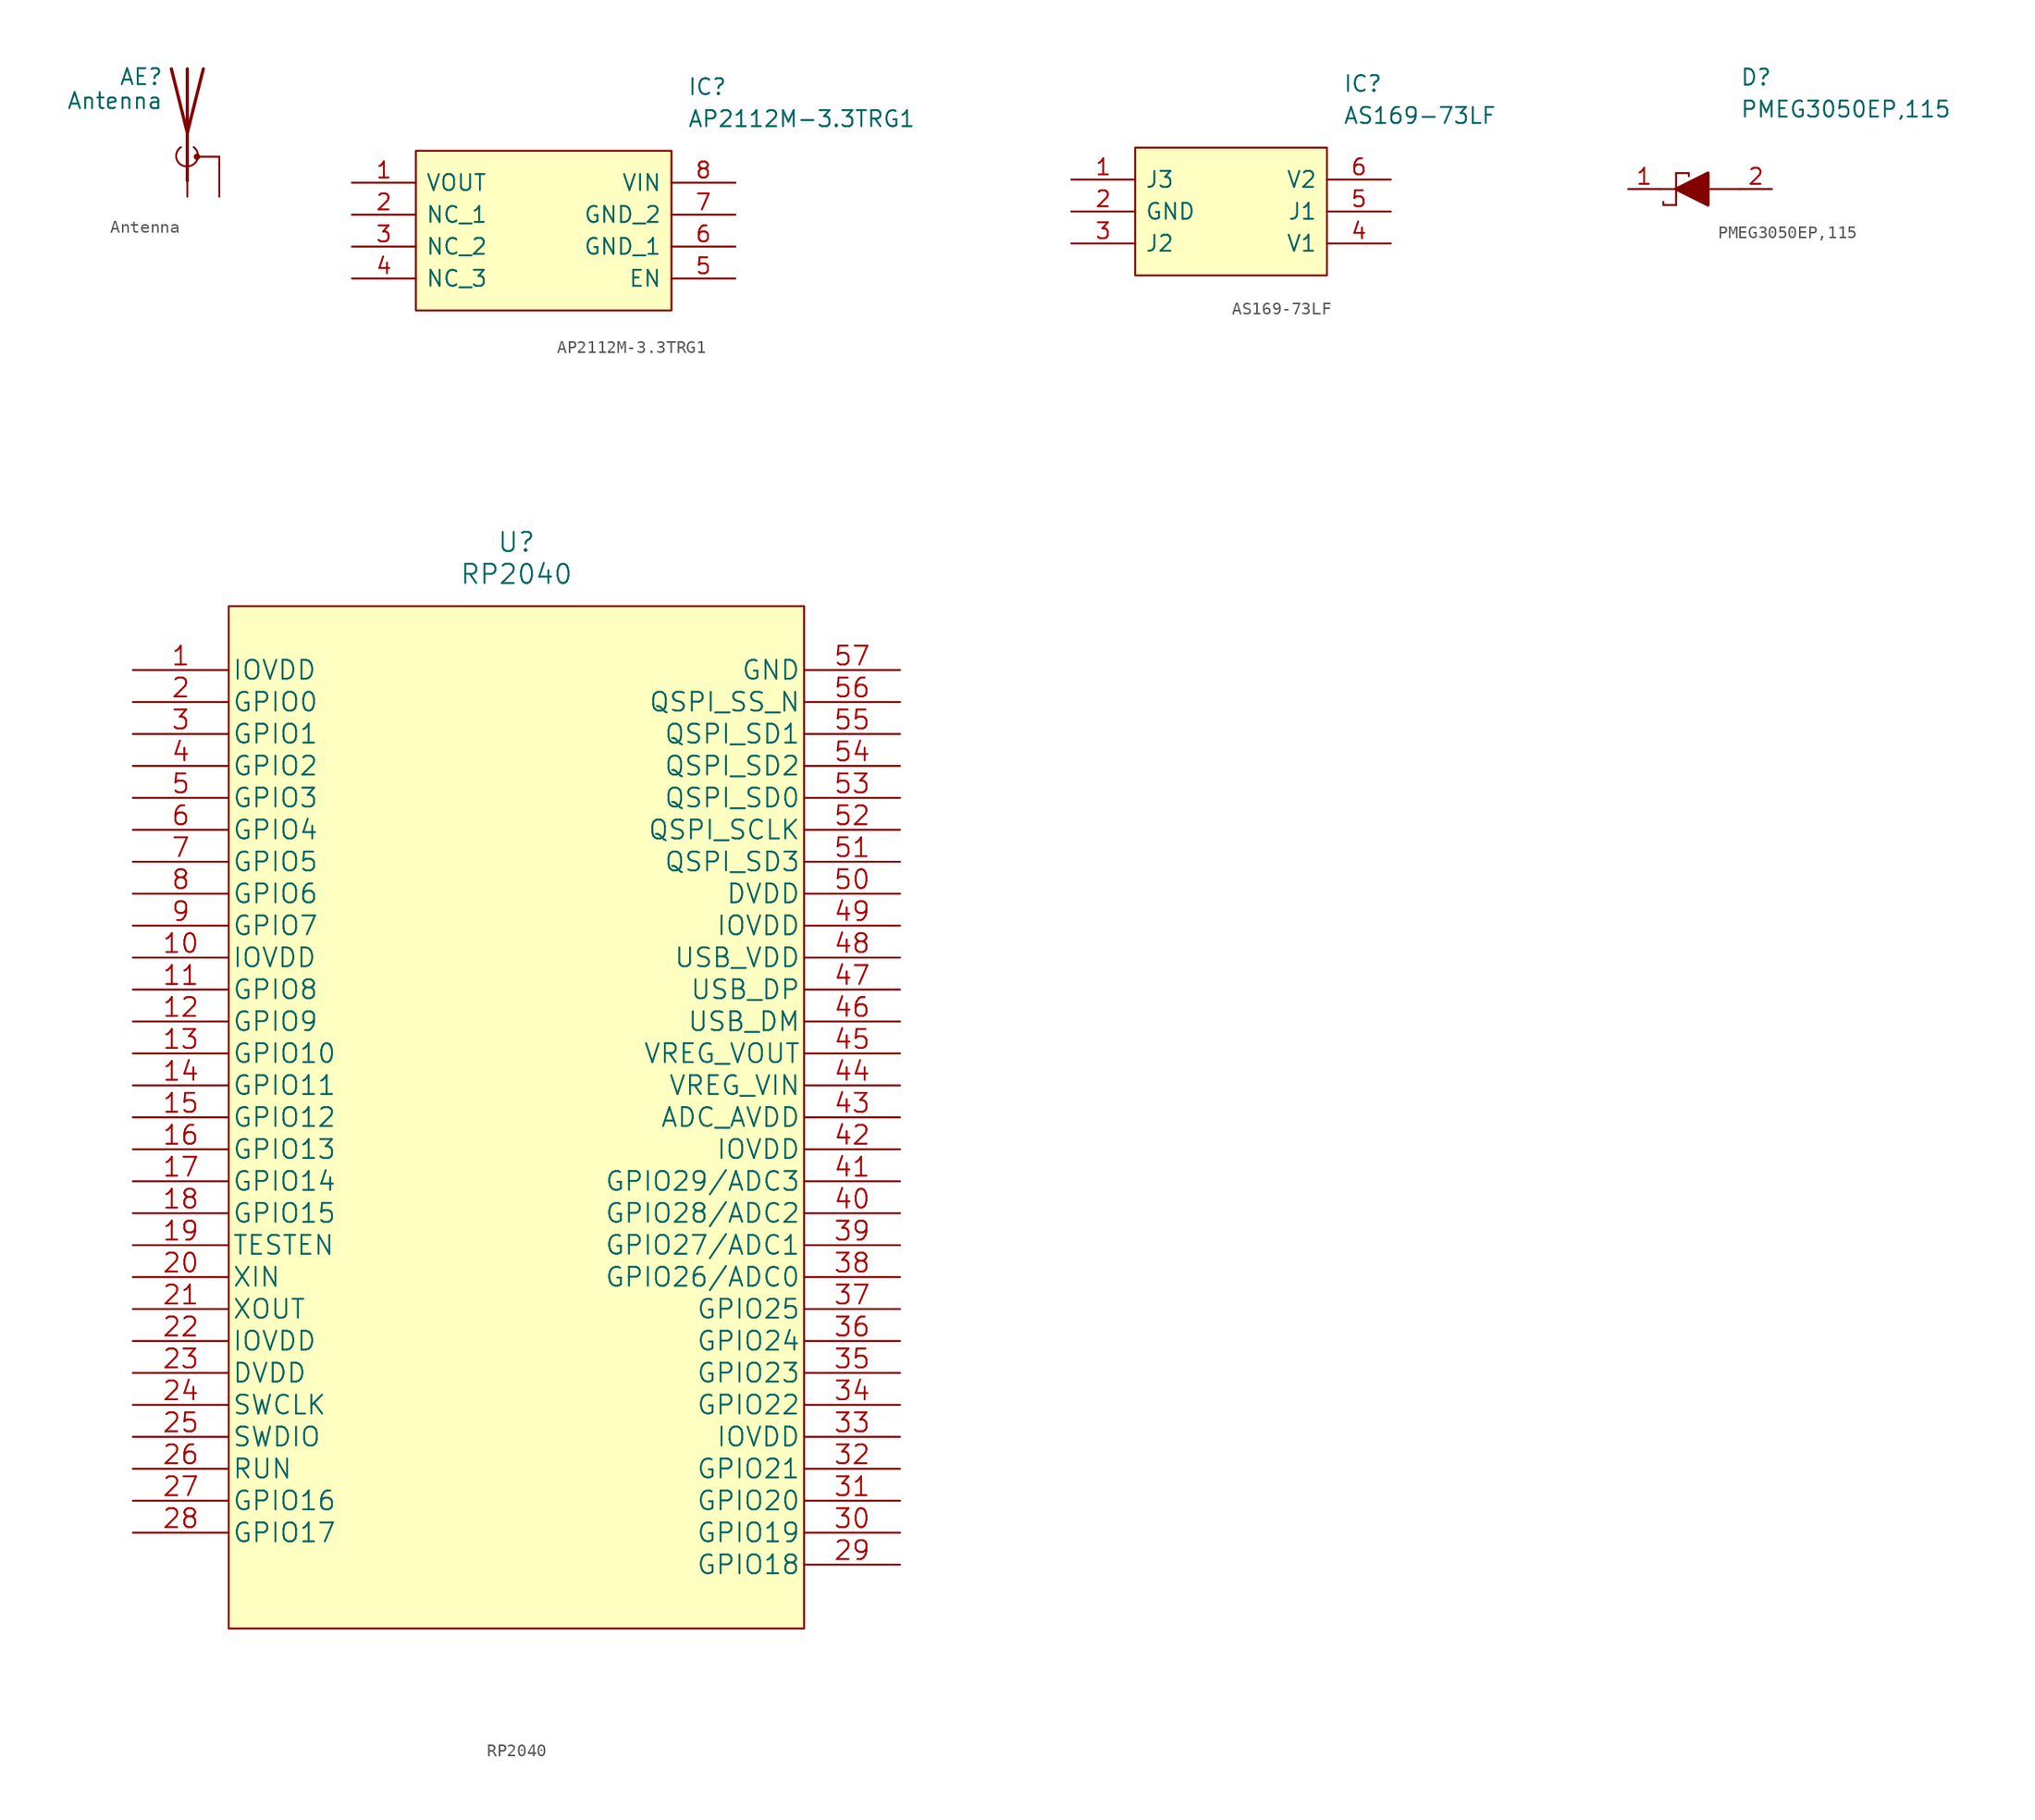
<source format=kicad_sym>
(kicad_symbol_lib
  (version 20211014)
  (generator kicad_symbol_editor)
  (symbol "Antenna"
    (pin_numbers hide)
    (pin_names
      (offset 1.016) hide)
    (property "Reference" "AE"
      (at -1.905 4.445 0)
      (effects (font (size 1.27 1.27)) (justify right)))
    (property "Value" "Antenna"
      (at -1.905 2.54 0)
      (effects (font (size 1.27 1.27)) (justify right)))
    (symbol "Antenna_0_1"
      (arc (start -0.508 -1.143) (mid -0.8485 -2.1032) (end 0 -2.667) (stroke (width 0) (type default) (color 0 0 0 0)) (fill (type none)))
      (arc (start 0 -2.667) (mid 0.8047 -2.0885) (end 0.508 -1.143) (stroke (width 0) (type default) (color 0 0 0 0)) (fill (type none)))
      (polyline (pts (xy 0 -2.54) (xy 0 0)) (stroke (width 0) (type default) (color 0 0 0 0)) (fill (type none)))
      (polyline (pts (xy 0 5.08) (xy 0 -3.81)) (stroke (width 0.254) (type default) (color 0 0 0 0)) (fill (type none)))
      (polyline (pts (xy 0.762 -1.905) (xy 2.54 -1.905)) (stroke (width 0) (type default) (color 0 0 0 0)) (fill (type none)))
      (polyline (pts (xy 2.54 -2.54) (xy 2.54 -1.905)) (stroke (width 0) (type default) (color 0 0 0 0)) (fill (type none)))
      (polyline (pts (xy 1.27 5.08) (xy 0 0) (xy -1.27 5.08)) (stroke (width 0.254) (type default) (color 0 0 0 0)) (fill (type none)))
      (circle (center 0.762 -1.905) (radius 0.178) (stroke (width 0) (type default) (color 0 0 0 0)) (fill (type outline))))
    (symbol "Antenna_1_1"
      (pin input line (at 0 -5.08 90) (length 2.54) (name "A" (effects (font (size 1.27 1.27)))) (number "1" (effects (font (size 1.27 1.27)))))
      (pin input line (at 2.54 -5.08 90) (length 2.54) (name "Shield" (effects (font (size 1.27 1.27)))) (number "2" (effects (font (size 1.27 1.27)))))))
  (symbol "AP2112M-3.3TRG1"
    (pin_names
      (offset 0.762))
    (property "Reference" "IC"
      (at 26.67 7.62 0)
      (effects (font (size 1.27 1.27)) (justify left)))
    (property "Value" "AP2112M-3.3TRG1"
      (at 26.67 5.08 0)
      (effects (font (size 1.27 1.27)) (justify left)))
    (symbol "AP2112M-3.3TRG1_0_0"
      (pin passive line (at 0 0 0) (length 5.08) (name "VOUT" (effects (font (size 1.27 1.27)))) (number "1" (effects (font (size 1.27 1.27)))))
      (pin passive line (at 0 -2.54 0) (length 5.08) (name "NC_1" (effects (font (size 1.27 1.27)))) (number "2" (effects (font (size 1.27 1.27)))))
      (pin passive line (at 0 -5.08 0) (length 5.08) (name "NC_2" (effects (font (size 1.27 1.27)))) (number "3" (effects (font (size 1.27 1.27)))))
      (pin passive line (at 0 -7.62 0) (length 5.08) (name "NC_3" (effects (font (size 1.27 1.27)))) (number "4" (effects (font (size 1.27 1.27)))))
      (pin passive line (at 30.48 -7.62 180) (length 5.08) (name "EN" (effects (font (size 1.27 1.27)))) (number "5" (effects (font (size 1.27 1.27)))))
      (pin passive line (at 30.48 -5.08 180) (length 5.08) (name "GND_1" (effects (font (size 1.27 1.27)))) (number "6" (effects (font (size 1.27 1.27)))))
      (pin passive line (at 30.48 -2.54 180) (length 5.08) (name "GND_2" (effects (font (size 1.27 1.27)))) (number "7" (effects (font (size 1.27 1.27)))))
      (pin passive line (at 30.48 0 180) (length 5.08) (name "VIN" (effects (font (size 1.27 1.27)))) (number "8" (effects (font (size 1.27 1.27))))))
    (symbol "AP2112M-3.3TRG1_0_1"
      (polyline (pts (xy 5.08 2.54) (xy 25.4 2.54) (xy 25.4 -10.16) (xy 5.08 -10.16) (xy 5.08 2.54)) (stroke (width 0.152) (type default) (color 0 0 0 0)) (fill (type background)))))
  (symbol "AS169-73LF"
    (pin_names
      (offset 0.762))
    (property "Reference" "IC"
      (at 21.59 7.62 0)
      (effects (font (size 1.27 1.27)) (justify left)))
    (property "Value" "AS169-73LF"
      (at 21.59 5.08 0)
      (effects (font (size 1.27 1.27)) (justify left)))
    (symbol "AS169-73LF_0_0"
      (pin passive line (at 0 0 0) (length 5.08) (name "J3" (effects (font (size 1.27 1.27)))) (number "1" (effects (font (size 1.27 1.27)))))
      (pin passive line (at 0 -2.54 0) (length 5.08) (name "GND" (effects (font (size 1.27 1.27)))) (number "2" (effects (font (size 1.27 1.27)))))
      (pin passive line (at 0 -5.08 0) (length 5.08) (name "J2" (effects (font (size 1.27 1.27)))) (number "3" (effects (font (size 1.27 1.27)))))
      (pin passive line (at 25.4 -5.08 180) (length 5.08) (name "V1" (effects (font (size 1.27 1.27)))) (number "4" (effects (font (size 1.27 1.27)))))
      (pin passive line (at 25.4 -2.54 180) (length 5.08) (name "J1" (effects (font (size 1.27 1.27)))) (number "5" (effects (font (size 1.27 1.27)))))
      (pin passive line (at 25.4 0 180) (length 5.08) (name "V2" (effects (font (size 1.27 1.27)))) (number "6" (effects (font (size 1.27 1.27))))))
    (symbol "AS169-73LF_0_1"
      (polyline (pts (xy 5.08 2.54) (xy 20.32 2.54) (xy 20.32 -7.62) (xy 5.08 -7.62) (xy 5.08 2.54)) (stroke (width 0.152) (type default) (color 0 0 0 0)) (fill (type background)))))
  (symbol "PMEG3050EP,115"
    (pin_names
      (offset 0.762))
    (property "Reference" "D"
      (at 12.7 8.89 0)
      (effects (font (size 1.27 1.27)) (justify left)))
    (property "Value" "PMEG3050EP,115"
      (at 12.7 6.35 0)
      (effects (font (size 1.27 1.27)) (justify left)))
    (symbol "PMEG3050EP,115_0_0"
      (pin passive line (at 3.81 0 0) (length 2.54) (name "~" (effects (font (size 1.27 1.27)))) (number "1" (effects (font (size 1.27 1.27)))))
      (pin passive line (at 15.24 0 180) (length 2.54) (name "~" (effects (font (size 1.27 1.27)))) (number "2" (effects (font (size 1.27 1.27))))))
    (symbol "PMEG3050EP,115_0_1"
      (polyline (pts (xy 6.35 0) (xy 7.62 0)) (stroke (width 0.152) (type default) (color 0 0 0 0)) (fill (type none)))
      (polyline (pts (xy 7.62 1.27) (xy 7.62 -1.27)) (stroke (width 0.152) (type default) (color 0 0 0 0)) (fill (type none)))
      (polyline (pts (xy 10.16 0) (xy 12.7 0)) (stroke (width 0.152) (type default) (color 0 0 0 0)) (fill (type none)))
      (polyline (pts (xy 7.62 -1.27) (xy 6.604 -1.27) (xy 6.604 -1.016)) (stroke (width 0.152) (type default) (color 0 0 0 0)) (fill (type none)))
      (polyline (pts (xy 7.62 1.27) (xy 8.636 1.27) (xy 8.636 1.016)) (stroke (width 0.152) (type default) (color 0 0 0 0)) (fill (type none)))
      (polyline (pts (xy 7.62 0) (xy 10.16 1.27) (xy 10.16 -1.27) (xy 7.62 0)) (stroke (width 0.254) (type default) (color 0 0 0 0)) (fill (type outline)))))
  (symbol "RP2040"
    (pin_names
      (offset 0.254))
    (property "Reference" "U"
      (at 30.48 10.16 0)
      (effects (font (size 1.524 1.524))))
    (property "Value" "RP2040"
      (at 30.48 7.62 0)
      (effects (font (size 1.524 1.524))))
    (property "Datasheet" ""
      (at 0 0 0)
      (effects (font (size 1.524 1.524))))
    (symbol "RP2040_1_1"
      (rectangle (start 53.34 -76.2) (end 7.62 5.08) (stroke (width 0) (type default) (color 0 0 0 0)) (fill (type background)))
      (pin power_in line (at 0 0 0) (length 7.62) (name "IOVDD" (effects (font (size 1.499 1.499)))) (number "1" (effects (font (size 1.499 1.499)))))
      (pin power_in line (at 0 -22.86 0) (length 7.62) (name "IOVDD" (effects (font (size 1.499 1.499)))) (number "10" (effects (font (size 1.499 1.499)))))
      (pin bidirectional line (at 0 -25.4 0) (length 7.62) (name "GPIO8" (effects (font (size 1.499 1.499)))) (number "11" (effects (font (size 1.499 1.499)))))
      (pin bidirectional line (at 0 -27.94 0) (length 7.62) (name "GPIO9" (effects (font (size 1.499 1.499)))) (number "12" (effects (font (size 1.499 1.499)))))
      (pin bidirectional line (at 0 -30.48 0) (length 7.62) (name "GPIO10" (effects (font (size 1.499 1.499)))) (number "13" (effects (font (size 1.499 1.499)))))
      (pin bidirectional line (at 0 -33.02 0) (length 7.62) (name "GPIO11" (effects (font (size 1.499 1.499)))) (number "14" (effects (font (size 1.499 1.499)))))
      (pin bidirectional line (at 0 -35.56 0) (length 7.62) (name "GPIO12" (effects (font (size 1.499 1.499)))) (number "15" (effects (font (size 1.499 1.499)))))
      (pin bidirectional line (at 0 -38.1 0) (length 7.62) (name "GPIO13" (effects (font (size 1.499 1.499)))) (number "16" (effects (font (size 1.499 1.499)))))
      (pin bidirectional line (at 0 -40.64 0) (length 7.62) (name "GPIO14" (effects (font (size 1.499 1.499)))) (number "17" (effects (font (size 1.499 1.499)))))
      (pin bidirectional line (at 0 -43.18 0) (length 7.62) (name "GPIO15" (effects (font (size 1.499 1.499)))) (number "18" (effects (font (size 1.499 1.499)))))
      (pin bidirectional line (at 0 -45.72 0) (length 7.62) (name "TESTEN" (effects (font (size 1.499 1.499)))) (number "19" (effects (font (size 1.499 1.499)))))
      (pin bidirectional line (at 0 -2.54 0) (length 7.62) (name "GPIO0" (effects (font (size 1.499 1.499)))) (number "2" (effects (font (size 1.499 1.499)))))
      (pin unspecified line (at 0 -48.26 0) (length 7.62) (name "XIN" (effects (font (size 1.499 1.499)))) (number "20" (effects (font (size 1.499 1.499)))))
      (pin output line (at 0 -50.8 0) (length 7.62) (name "XOUT" (effects (font (size 1.499 1.499)))) (number "21" (effects (font (size 1.499 1.499)))))
      (pin power_in line (at 0 -53.34 0) (length 7.62) (name "IOVDD" (effects (font (size 1.499 1.499)))) (number "22" (effects (font (size 1.499 1.499)))))
      (pin power_in line (at 0 -55.88 0) (length 7.62) (name "DVDD" (effects (font (size 1.499 1.499)))) (number "23" (effects (font (size 1.499 1.499)))))
      (pin unspecified line (at 0 -58.42 0) (length 7.62) (name "SWCLK" (effects (font (size 1.499 1.499)))) (number "24" (effects (font (size 1.499 1.499)))))
      (pin unspecified line (at 0 -60.96 0) (length 7.62) (name "SWDIO" (effects (font (size 1.499 1.499)))) (number "25" (effects (font (size 1.499 1.499)))))
      (pin unspecified line (at 0 -63.5 0) (length 7.62) (name "RUN" (effects (font (size 1.499 1.499)))) (number "26" (effects (font (size 1.499 1.499)))))
      (pin bidirectional line (at 0 -66.04 0) (length 7.62) (name "GPIO16" (effects (font (size 1.499 1.499)))) (number "27" (effects (font (size 1.499 1.499)))))
      (pin bidirectional line (at 0 -68.58 0) (length 7.62) (name "GPIO17" (effects (font (size 1.499 1.499)))) (number "28" (effects (font (size 1.499 1.499)))))
      (pin bidirectional line (at 60.96 -71.12 180) (length 7.62) (name "GPIO18" (effects (font (size 1.499 1.499)))) (number "29" (effects (font (size 1.499 1.499)))))
      (pin bidirectional line (at 0 -5.08 0) (length 7.62) (name "GPIO1" (effects (font (size 1.499 1.499)))) (number "3" (effects (font (size 1.499 1.499)))))
      (pin bidirectional line (at 60.96 -68.58 180) (length 7.62) (name "GPIO19" (effects (font (size 1.499 1.499)))) (number "30" (effects (font (size 1.499 1.499)))))
      (pin bidirectional line (at 60.96 -66.04 180) (length 7.62) (name "GPIO20" (effects (font (size 1.499 1.499)))) (number "31" (effects (font (size 1.499 1.499)))))
      (pin bidirectional line (at 60.96 -63.5 180) (length 7.62) (name "GPIO21" (effects (font (size 1.499 1.499)))) (number "32" (effects (font (size 1.499 1.499)))))
      (pin power_in line (at 60.96 -60.96 180) (length 7.62) (name "IOVDD" (effects (font (size 1.499 1.499)))) (number "33" (effects (font (size 1.499 1.499)))))
      (pin bidirectional line (at 60.96 -58.42 180) (length 7.62) (name "GPIO22" (effects (font (size 1.499 1.499)))) (number "34" (effects (font (size 1.499 1.499)))))
      (pin bidirectional line (at 60.96 -55.88 180) (length 7.62) (name "GPIO23" (effects (font (size 1.499 1.499)))) (number "35" (effects (font (size 1.499 1.499)))))
      (pin bidirectional line (at 60.96 -53.34 180) (length 7.62) (name "GPIO24" (effects (font (size 1.499 1.499)))) (number "36" (effects (font (size 1.499 1.499)))))
      (pin bidirectional line (at 60.96 -50.8 180) (length 7.62) (name "GPIO25" (effects (font (size 1.499 1.499)))) (number "37" (effects (font (size 1.499 1.499)))))
      (pin bidirectional line (at 60.96 -48.26 180) (length 7.62) (name "GPIO26/ADC0" (effects (font (size 1.499 1.499)))) (number "38" (effects (font (size 1.499 1.499)))))
      (pin bidirectional line (at 60.96 -45.72 180) (length 7.62) (name "GPIO27/ADC1" (effects (font (size 1.499 1.499)))) (number "39" (effects (font (size 1.499 1.499)))))
      (pin bidirectional line (at 0 -7.62 0) (length 7.62) (name "GPIO2" (effects (font (size 1.499 1.499)))) (number "4" (effects (font (size 1.499 1.499)))))
      (pin bidirectional line (at 60.96 -43.18 180) (length 7.62) (name "GPIO28/ADC2" (effects (font (size 1.499 1.499)))) (number "40" (effects (font (size 1.499 1.499)))))
      (pin bidirectional line (at 60.96 -40.64 180) (length 7.62) (name "GPIO29/ADC3" (effects (font (size 1.499 1.499)))) (number "41" (effects (font (size 1.499 1.499)))))
      (pin power_in line (at 60.96 -38.1 180) (length 7.62) (name "IOVDD" (effects (font (size 1.499 1.499)))) (number "42" (effects (font (size 1.499 1.499)))))
      (pin power_in line (at 60.96 -35.56 180) (length 7.62) (name "ADC_AVDD" (effects (font (size 1.499 1.499)))) (number "43" (effects (font (size 1.499 1.499)))))
      (pin unspecified line (at 60.96 -33.02 180) (length 7.62) (name "VREG_VIN" (effects (font (size 1.499 1.499)))) (number "44" (effects (font (size 1.499 1.499)))))
      (pin power_out line (at 60.96 -30.48 180) (length 7.62) (name "VREG_VOUT" (effects (font (size 1.499 1.499)))) (number "45" (effects (font (size 1.499 1.499)))))
      (pin unspecified line (at 60.96 -27.94 180) (length 7.62) (name "USB_DM" (effects (font (size 1.499 1.499)))) (number "46" (effects (font (size 1.499 1.499)))))
      (pin unspecified line (at 60.96 -25.4 180) (length 7.62) (name "USB_DP" (effects (font (size 1.499 1.499)))) (number "47" (effects (font (size 1.499 1.499)))))
      (pin power_in line (at 60.96 -22.86 180) (length 7.62) (name "USB_VDD" (effects (font (size 1.499 1.499)))) (number "48" (effects (font (size 1.499 1.499)))))
      (pin power_in line (at 60.96 -20.32 180) (length 7.62) (name "IOVDD" (effects (font (size 1.499 1.499)))) (number "49" (effects (font (size 1.499 1.499)))))
      (pin bidirectional line (at 0 -10.16 0) (length 7.62) (name "GPIO3" (effects (font (size 1.499 1.499)))) (number "5" (effects (font (size 1.499 1.499)))))
      (pin power_in line (at 60.96 -17.78 180) (length 7.62) (name "DVDD" (effects (font (size 1.499 1.499)))) (number "50" (effects (font (size 1.499 1.499)))))
      (pin bidirectional line (at 60.96 -15.24 180) (length 7.62) (name "QSPI_SD3" (effects (font (size 1.499 1.499)))) (number "51" (effects (font (size 1.499 1.499)))))
      (pin unspecified line (at 60.96 -12.7 180) (length 7.62) (name "QSPI_SCLK" (effects (font (size 1.499 1.499)))) (number "52" (effects (font (size 1.499 1.499)))))
      (pin bidirectional line (at 60.96 -10.16 180) (length 7.62) (name "QSPI_SD0" (effects (font (size 1.499 1.499)))) (number "53" (effects (font (size 1.499 1.499)))))
      (pin bidirectional line (at 60.96 -7.62 180) (length 7.62) (name "QSPI_SD2" (effects (font (size 1.499 1.499)))) (number "54" (effects (font (size 1.499 1.499)))))
      (pin bidirectional line (at 60.96 -5.08 180) (length 7.62) (name "QSPI_SD1" (effects (font (size 1.499 1.499)))) (number "55" (effects (font (size 1.499 1.499)))))
      (pin unspecified line (at 60.96 -2.54 180) (length 7.62) (name "QSPI_SS_N" (effects (font (size 1.499 1.499)))) (number "56" (effects (font (size 1.499 1.499)))))
      (pin power_in line (at 60.96 0 180) (length 7.62) (name "GND" (effects (font (size 1.499 1.499)))) (number "57" (effects (font (size 1.499 1.499)))))
      (pin bidirectional line (at 0 -12.7 0) (length 7.62) (name "GPIO4" (effects (font (size 1.499 1.499)))) (number "6" (effects (font (size 1.499 1.499)))))
      (pin bidirectional line (at 0 -15.24 0) (length 7.62) (name "GPIO5" (effects (font (size 1.499 1.499)))) (number "7" (effects (font (size 1.499 1.499)))))
      (pin bidirectional line (at 0 -17.78 0) (length 7.62) (name "GPIO6" (effects (font (size 1.499 1.499)))) (number "8" (effects (font (size 1.499 1.499)))))
      (pin bidirectional line (at 0 -20.32 0) (length 7.62) (name "GPIO7" (effects (font (size 1.499 1.499)))) (number "9" (effects (font (size 1.499 1.499))))))))
</source>
